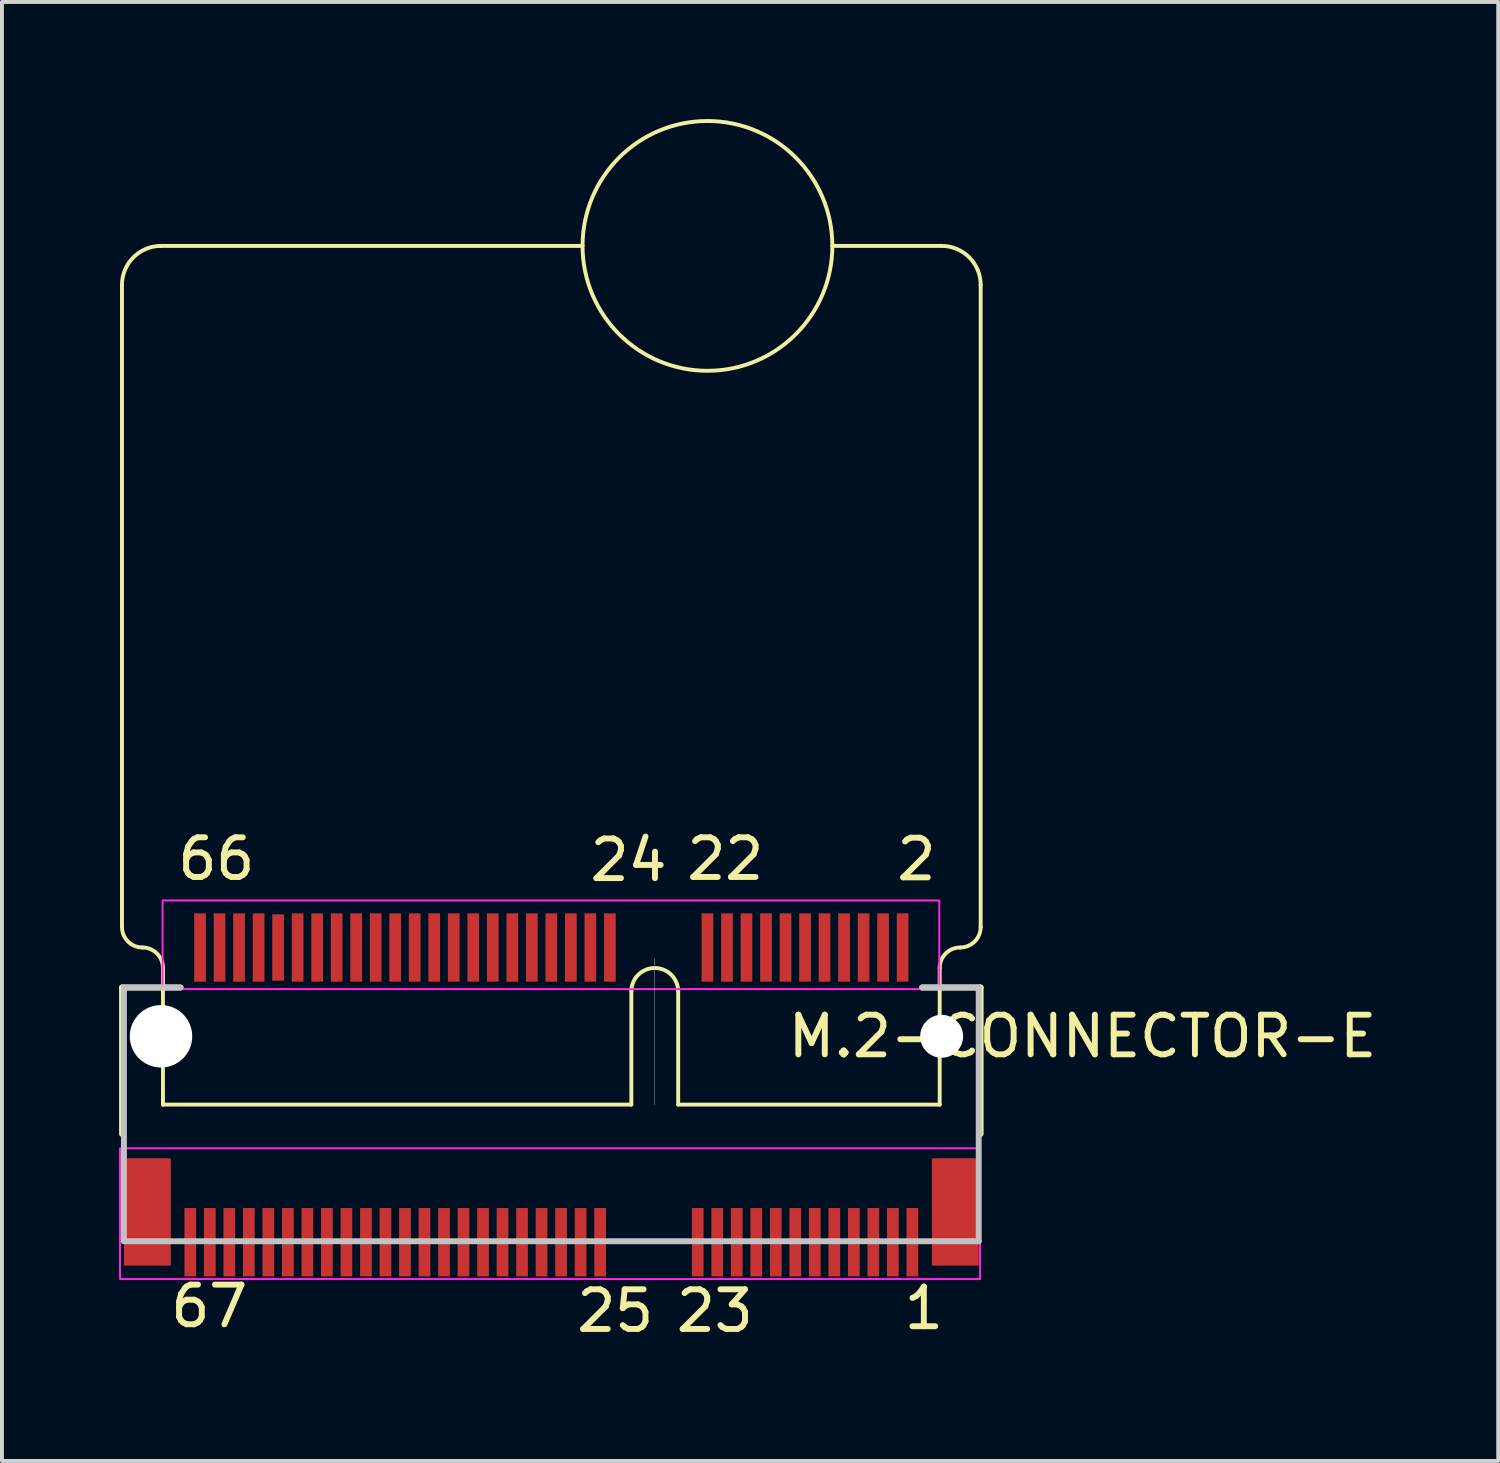
<source format=kicad_pcb>
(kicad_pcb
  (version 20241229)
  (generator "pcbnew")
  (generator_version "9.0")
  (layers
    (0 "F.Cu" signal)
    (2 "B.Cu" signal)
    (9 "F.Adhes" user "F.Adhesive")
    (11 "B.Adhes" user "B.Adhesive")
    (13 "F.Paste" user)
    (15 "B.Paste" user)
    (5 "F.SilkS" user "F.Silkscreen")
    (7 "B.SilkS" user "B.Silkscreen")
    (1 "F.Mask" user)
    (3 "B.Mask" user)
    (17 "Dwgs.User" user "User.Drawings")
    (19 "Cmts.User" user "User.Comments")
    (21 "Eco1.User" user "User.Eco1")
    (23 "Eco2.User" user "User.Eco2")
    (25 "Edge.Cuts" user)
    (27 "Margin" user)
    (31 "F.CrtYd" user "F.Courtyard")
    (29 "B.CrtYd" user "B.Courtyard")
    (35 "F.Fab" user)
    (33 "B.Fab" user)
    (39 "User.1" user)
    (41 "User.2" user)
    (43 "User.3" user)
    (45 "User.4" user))
  (footprint "M.2-CONNECTOR-E"
    (layer "F.Cu")
    (at 11.075 23.5)
    (property "Reference" "M.2-CONNECTOR-E" (at 13.61 0 180) (layer "F.SilkS") (effects (font (size 1.016 1.016) (thickness 0.152))))
    (attr smd)
    (fp_line (start -11 -19.25) (end -11 -2.8) (stroke (width 0.1) (type solid)) (layer "F.SilkS"))
    (fp_line (start -10.998 2.499) (end -10.998 -1.25) (stroke (width 0.152) (type solid)) (layer "F.SilkS"))
    (fp_line (start -9.95 1.75) (end -9.95 -1.75) (stroke (width 0.1) (type solid)) (layer "F.SilkS"))
    (fp_line (start -9.5 -1.25) (end -10.998 -1.25) (stroke (width 0.152) (type solid)) (layer "F.SilkS"))
    (fp_line (start 0.8 -20.25) (end -10 -20.25) (stroke (width 0.1) (type solid)) (layer "F.SilkS"))
    (fp_line (start 2.05 -1.15) (end 2.05 1.75) (stroke (width 0.1) (type solid)) (layer "F.SilkS"))
    (fp_line (start 2.05 1.75) (end -9.95 1.75) (stroke (width 0.1) (type solid)) (layer "F.SilkS"))
    (fp_line (start 3.25 -1.15) (end 3.25 1.75) (stroke (width 0.1) (type solid)) (layer "F.SilkS"))
    (fp_line (start 9.95 -1.75) (end 9.95 1.75) (stroke (width 0.1) (type solid)) (layer "F.SilkS"))
    (fp_line (start 9.95 1.75) (end 3.25 1.75) (stroke (width 0.1) (type solid)) (layer "F.SilkS"))
    (fp_line (start 10 -20.25) (end 7.2 -20.25) (stroke (width 0.1) (type solid)) (layer "F.SilkS"))
    (fp_line (start 10.998 -1.25) (end 9.5 -1.25) (stroke (width 0.152) (type solid)) (layer "F.SilkS"))
    (fp_line (start 10.998 2.499) (end 10.998 -1.25) (stroke (width 0.152) (type solid)) (layer "F.SilkS"))
    (fp_line (start 11 -19.25) (end 11 -2.8) (stroke (width 0.1) (type solid)) (layer "F.SilkS"))
    (fp_arc (start -11 -19.25) (mid -10.707105 -19.957105) (end -10 -20.25) (stroke (width 0.1) (type solid)) (layer "F.SilkS"))
    (fp_arc (start -10.475 -2.275) (mid -10.846231 -2.428769) (end -11 -2.8) (stroke (width 0.1) (type solid)) (layer "F.SilkS"))
    (fp_arc (start -10.475 -2.275) (mid -10.103769 -2.121231) (end -9.95 -1.75) (stroke (width 0.1) (type solid)) (layer "F.SilkS"))
    (fp_arc (start 2.05 -1.15) (mid 2.65 -1.75) (end 3.25 -1.15) (stroke (width 0.1) (type solid)) (layer "F.SilkS"))
    (fp_arc (start 9.95 -1.75) (mid 10.103769 -2.121231) (end 10.475 -2.275) (stroke (width 0.1) (type solid)) (layer "F.SilkS"))
    (fp_arc (start 10 -20.25) (mid 10.707107 -19.957107) (end 11 -19.25) (stroke (width 0.1) (type solid)) (layer "F.SilkS"))
    (fp_arc (start 11 -2.8) (mid 10.846231 -2.428769) (end 10.475 -2.275) (stroke (width 0.1) (type solid)) (layer "F.SilkS"))
    (fp_circle (center 4 -20.25) (end 7.2 -20.25) (stroke (width 0.1) (type default)) (fill no) (layer "F.SilkS"))
    (fp_line (start -9.398 4.399) (end -9.098 4.399) (stroke (width 0.066) (type solid)) (layer "F.Paste"))
    (fp_line (start -9.398 6.149) (end -9.398 4.399) (stroke (width 0.066) (type solid)) (layer "F.Paste"))
    (fp_line (start -9.398 6.149) (end -9.098 6.149) (stroke (width 0.066) (type solid)) (layer "F.Paste"))
    (fp_line (start -9.149 -3.15) (end -8.849 -3.15) (stroke (width 0.066) (type solid)) (layer "F.Paste"))
    (fp_line (start -9.149 -1.4) (end -9.149 -3.15) (stroke (width 0.066) (type solid)) (layer "F.Paste"))
    (fp_line (start -9.149 -1.4) (end -8.849 -1.4) (stroke (width 0.066) (type solid)) (layer "F.Paste"))
    (fp_line (start -9.098 6.149) (end -9.098 4.399) (stroke (width 0.066) (type solid)) (layer "F.Paste"))
    (fp_line (start -8.898 4.399) (end -8.598 4.399) (stroke (width 0.066) (type solid)) (layer "F.Paste"))
    (fp_line (start -8.898 6.149) (end -8.898 4.399) (stroke (width 0.066) (type solid)) (layer "F.Paste"))
    (fp_line (start -8.898 6.149) (end -8.598 6.149) (stroke (width 0.066) (type solid)) (layer "F.Paste"))
    (fp_line (start -8.849 -1.4) (end -8.849 -3.15) (stroke (width 0.066) (type solid)) (layer "F.Paste"))
    (fp_line (start -8.649 -3.15) (end -8.349 -3.15) (stroke (width 0.066) (type solid)) (layer "F.Paste"))
    (fp_line (start -8.649 -1.4) (end -8.649 -3.15) (stroke (width 0.066) (type solid)) (layer "F.Paste"))
    (fp_line (start -8.649 -1.4) (end -8.349 -1.4) (stroke (width 0.066) (type solid)) (layer "F.Paste"))
    (fp_line (start -8.598 6.149) (end -8.598 4.399) (stroke (width 0.066) (type solid)) (layer "F.Paste"))
    (fp_line (start -8.4 4.399) (end -8.098 4.399) (stroke (width 0.066) (type solid)) (layer "F.Paste"))
    (fp_line (start -8.4 6.149) (end -8.4 4.399) (stroke (width 0.066) (type solid)) (layer "F.Paste"))
    (fp_line (start -8.4 6.149) (end -8.098 6.149) (stroke (width 0.066) (type solid)) (layer "F.Paste"))
    (fp_line (start -8.349 -1.4) (end -8.349 -3.15) (stroke (width 0.066) (type solid)) (layer "F.Paste"))
    (fp_line (start -8.148 -3.15) (end -7.849 -3.15) (stroke (width 0.066) (type solid)) (layer "F.Paste"))
    (fp_line (start -8.148 -1.4) (end -8.148 -3.15) (stroke (width 0.066) (type solid)) (layer "F.Paste"))
    (fp_line (start -8.148 -1.4) (end -7.849 -1.4) (stroke (width 0.066) (type solid)) (layer "F.Paste"))
    (fp_line (start -8.098 6.149) (end -8.098 4.399) (stroke (width 0.066) (type solid)) (layer "F.Paste"))
    (fp_line (start -7.899 4.399) (end -7.6 4.399) (stroke (width 0.066) (type solid)) (layer "F.Paste"))
    (fp_line (start -7.899 6.149) (end -7.899 4.399) (stroke (width 0.066) (type solid)) (layer "F.Paste"))
    (fp_line (start -7.899 6.149) (end -7.6 6.149) (stroke (width 0.066) (type solid)) (layer "F.Paste"))
    (fp_line (start -7.849 -1.4) (end -7.849 -3.15) (stroke (width 0.066) (type solid)) (layer "F.Paste"))
    (fp_line (start -7.648 -3.15) (end -7.348 -3.15) (stroke (width 0.066) (type solid)) (layer "F.Paste"))
    (fp_line (start -7.648 -1.4) (end -7.648 -3.15) (stroke (width 0.066) (type solid)) (layer "F.Paste"))
    (fp_line (start -7.648 -1.4) (end -7.348 -1.4) (stroke (width 0.066) (type solid)) (layer "F.Paste"))
    (fp_line (start -7.6 6.149) (end -7.6 4.399) (stroke (width 0.066) (type solid)) (layer "F.Paste"))
    (fp_line (start -7.399 4.399) (end -7.099 4.399) (stroke (width 0.066) (type solid)) (layer "F.Paste"))
    (fp_line (start -7.399 6.149) (end -7.399 4.399) (stroke (width 0.066) (type solid)) (layer "F.Paste"))
    (fp_line (start -7.399 6.149) (end -7.099 6.149) (stroke (width 0.066) (type solid)) (layer "F.Paste"))
    (fp_line (start -7.348 -1.4) (end -7.348 -3.15) (stroke (width 0.066) (type solid)) (layer "F.Paste"))
    (fp_line (start -7.148 -3.15) (end -6.848 -3.15) (stroke (width 0.066) (type solid)) (layer "F.Paste"))
    (fp_line (start -7.148 -1.4) (end -7.148 -3.15) (stroke (width 0.066) (type solid)) (layer "F.Paste"))
    (fp_line (start -7.148 -1.4) (end -6.848 -1.4) (stroke (width 0.066) (type solid)) (layer "F.Paste"))
    (fp_line (start -7.099 6.149) (end -7.099 4.399) (stroke (width 0.066) (type solid)) (layer "F.Paste"))
    (fp_line (start -6.899 4.399) (end -6.599 4.399) (stroke (width 0.066) (type solid)) (layer "F.Paste"))
    (fp_line (start -6.899 6.149) (end -6.899 4.399) (stroke (width 0.066) (type solid)) (layer "F.Paste"))
    (fp_line (start -6.899 6.149) (end -6.599 6.149) (stroke (width 0.066) (type solid)) (layer "F.Paste"))
    (fp_line (start -6.848 -1.4) (end -6.848 -3.15) (stroke (width 0.066) (type solid)) (layer "F.Paste"))
    (fp_line (start -6.65 -3.15) (end -6.35 -3.15) (stroke (width 0.066) (type solid)) (layer "F.Paste"))
    (fp_line (start -6.65 -1.4) (end -6.65 -3.15) (stroke (width 0.066) (type solid)) (layer "F.Paste"))
    (fp_line (start -6.65 -1.4) (end -6.35 -1.4) (stroke (width 0.066) (type solid)) (layer "F.Paste"))
    (fp_line (start -6.599 6.149) (end -6.599 4.399) (stroke (width 0.066) (type solid)) (layer "F.Paste"))
    (fp_line (start -6.398 4.399) (end -6.099 4.399) (stroke (width 0.066) (type solid)) (layer "F.Paste"))
    (fp_line (start -6.398 6.149) (end -6.398 4.399) (stroke (width 0.066) (type solid)) (layer "F.Paste"))
    (fp_line (start -6.398 6.149) (end -6.099 6.149) (stroke (width 0.066) (type solid)) (layer "F.Paste"))
    (fp_line (start -6.35 -1.4) (end -6.35 -3.15) (stroke (width 0.066) (type solid)) (layer "F.Paste"))
    (fp_line (start -6.149 -3.15) (end -5.85 -3.15) (stroke (width 0.066) (type solid)) (layer "F.Paste"))
    (fp_line (start -6.149 -1.4) (end -6.149 -3.15) (stroke (width 0.066) (type solid)) (layer "F.Paste"))
    (fp_line (start -6.149 -1.4) (end -5.85 -1.4) (stroke (width 0.066) (type solid)) (layer "F.Paste"))
    (fp_line (start -6.099 6.149) (end -6.099 4.399) (stroke (width 0.066) (type solid)) (layer "F.Paste"))
    (fp_line (start -5.898 4.399) (end -5.598 4.399) (stroke (width 0.066) (type solid)) (layer "F.Paste"))
    (fp_line (start -5.898 6.149) (end -5.898 4.399) (stroke (width 0.066) (type solid)) (layer "F.Paste"))
    (fp_line (start -5.898 6.149) (end -5.598 6.149) (stroke (width 0.066) (type solid)) (layer "F.Paste"))
    (fp_line (start -5.85 -1.4) (end -5.85 -3.15) (stroke (width 0.066) (type solid)) (layer "F.Paste"))
    (fp_line (start -5.649 -3.15) (end -5.349 -3.15) (stroke (width 0.066) (type solid)) (layer "F.Paste"))
    (fp_line (start -5.649 -1.4) (end -5.649 -3.15) (stroke (width 0.066) (type solid)) (layer "F.Paste"))
    (fp_line (start -5.649 -1.4) (end -5.349 -1.4) (stroke (width 0.066) (type solid)) (layer "F.Paste"))
    (fp_line (start -5.598 6.149) (end -5.598 4.399) (stroke (width 0.066) (type solid)) (layer "F.Paste"))
    (fp_line (start -5.397 4.399) (end -5.098 4.399) (stroke (width 0.066) (type solid)) (layer "F.Paste"))
    (fp_line (start -5.397 6.149) (end -5.397 4.399) (stroke (width 0.066) (type solid)) (layer "F.Paste"))
    (fp_line (start -5.397 6.149) (end -5.098 6.149) (stroke (width 0.066) (type solid)) (layer "F.Paste"))
    (fp_line (start -5.349 -1.4) (end -5.349 -3.15) (stroke (width 0.066) (type solid)) (layer "F.Paste"))
    (fp_line (start -5.149 -3.15) (end -4.849 -3.15) (stroke (width 0.066) (type solid)) (layer "F.Paste"))
    (fp_line (start -5.149 -1.4) (end -5.149 -3.15) (stroke (width 0.066) (type solid)) (layer "F.Paste"))
    (fp_line (start -5.149 -1.4) (end -4.849 -1.4) (stroke (width 0.066) (type solid)) (layer "F.Paste"))
    (fp_line (start -5.098 6.149) (end -5.098 4.399) (stroke (width 0.066) (type solid)) (layer "F.Paste"))
    (fp_line (start -4.9 4.399) (end -4.6 4.399) (stroke (width 0.066) (type solid)) (layer "F.Paste"))
    (fp_line (start -4.9 6.149) (end -4.9 4.399) (stroke (width 0.066) (type solid)) (layer "F.Paste"))
    (fp_line (start -4.9 6.149) (end -4.6 6.149) (stroke (width 0.066) (type solid)) (layer "F.Paste"))
    (fp_line (start -4.849 -1.4) (end -4.849 -3.15) (stroke (width 0.066) (type solid)) (layer "F.Paste"))
    (fp_line (start -4.648 -3.15) (end -4.348 -3.15) (stroke (width 0.066) (type solid)) (layer "F.Paste"))
    (fp_line (start -4.648 -1.4) (end -4.648 -3.15) (stroke (width 0.066) (type solid)) (layer "F.Paste"))
    (fp_line (start -4.648 -1.4) (end -4.348 -1.4) (stroke (width 0.066) (type solid)) (layer "F.Paste"))
    (fp_line (start -4.6 6.149) (end -4.6 4.399) (stroke (width 0.066) (type solid)) (layer "F.Paste"))
    (fp_line (start -4.399 4.399) (end -4.1 4.399) (stroke (width 0.066) (type solid)) (layer "F.Paste"))
    (fp_line (start -4.399 6.149) (end -4.399 4.399) (stroke (width 0.066) (type solid)) (layer "F.Paste"))
    (fp_line (start -4.399 6.149) (end -4.1 6.149) (stroke (width 0.066) (type solid)) (layer "F.Paste"))
    (fp_line (start -4.348 -1.4) (end -4.348 -3.15) (stroke (width 0.066) (type solid)) (layer "F.Paste"))
    (fp_line (start -4.148 -3.15) (end -3.848 -3.15) (stroke (width 0.066) (type solid)) (layer "F.Paste"))
    (fp_line (start -4.148 -1.4) (end -4.148 -3.15) (stroke (width 0.066) (type solid)) (layer "F.Paste"))
    (fp_line (start -4.148 -1.4) (end -3.848 -1.4) (stroke (width 0.066) (type solid)) (layer "F.Paste"))
    (fp_line (start -4.1 6.149) (end -4.1 4.399) (stroke (width 0.066) (type solid)) (layer "F.Paste"))
    (fp_line (start -3.899 4.399) (end -3.599 4.399) (stroke (width 0.066) (type solid)) (layer "F.Paste"))
    (fp_line (start -3.899 6.149) (end -3.899 4.399) (stroke (width 0.066) (type solid)) (layer "F.Paste"))
    (fp_line (start -3.899 6.149) (end -3.599 6.149) (stroke (width 0.066) (type solid)) (layer "F.Paste"))
    (fp_line (start -3.848 -1.4) (end -3.848 -3.15) (stroke (width 0.066) (type solid)) (layer "F.Paste"))
    (fp_line (start -3.65 -3.15) (end -3.348 -3.15) (stroke (width 0.066) (type solid)) (layer "F.Paste"))
    (fp_line (start -3.65 -1.4) (end -3.65 -3.15) (stroke (width 0.066) (type solid)) (layer "F.Paste"))
    (fp_line (start -3.65 -1.4) (end -3.348 -1.4) (stroke (width 0.066) (type solid)) (layer "F.Paste"))
    (fp_line (start -3.599 6.149) (end -3.599 4.399) (stroke (width 0.066) (type solid)) (layer "F.Paste"))
    (fp_line (start -3.399 4.399) (end -3.099 4.399) (stroke (width 0.066) (type solid)) (layer "F.Paste"))
    (fp_line (start -3.399 6.149) (end -3.399 4.399) (stroke (width 0.066) (type solid)) (layer "F.Paste"))
    (fp_line (start -3.399 6.149) (end -3.099 6.149) (stroke (width 0.066) (type solid)) (layer "F.Paste"))
    (fp_line (start -3.348 -1.4) (end -3.348 -3.15) (stroke (width 0.066) (type solid)) (layer "F.Paste"))
    (fp_line (start -3.15 -3.15) (end -2.85 -3.15) (stroke (width 0.066) (type solid)) (layer "F.Paste"))
    (fp_line (start -3.15 -1.4) (end -3.15 -3.15) (stroke (width 0.066) (type solid)) (layer "F.Paste"))
    (fp_line (start -3.15 -1.4) (end -2.85 -1.4) (stroke (width 0.066) (type solid)) (layer "F.Paste"))
    (fp_line (start -3.099 6.149) (end -3.099 4.399) (stroke (width 0.066) (type solid)) (layer "F.Paste"))
    (fp_line (start -2.898 4.399) (end -2.598 4.399) (stroke (width 0.066) (type solid)) (layer "F.Paste"))
    (fp_line (start -2.898 6.149) (end -2.898 4.399) (stroke (width 0.066) (type solid)) (layer "F.Paste"))
    (fp_line (start -2.898 6.149) (end -2.598 6.149) (stroke (width 0.066) (type solid)) (layer "F.Paste"))
    (fp_line (start -2.85 -1.4) (end -2.85 -3.15) (stroke (width 0.066) (type solid)) (layer "F.Paste"))
    (fp_line (start -2.649 -3.15) (end -2.349 -3.15) (stroke (width 0.066) (type solid)) (layer "F.Paste"))
    (fp_line (start -2.649 -1.4) (end -2.649 -3.15) (stroke (width 0.066) (type solid)) (layer "F.Paste"))
    (fp_line (start -2.649 -1.4) (end -2.349 -1.4) (stroke (width 0.066) (type solid)) (layer "F.Paste"))
    (fp_line (start -2.598 6.149) (end -2.598 4.399) (stroke (width 0.066) (type solid)) (layer "F.Paste"))
    (fp_line (start -2.398 4.399) (end -2.098 4.399) (stroke (width 0.066) (type solid)) (layer "F.Paste"))
    (fp_line (start -2.398 6.149) (end -2.398 4.399) (stroke (width 0.066) (type solid)) (layer "F.Paste"))
    (fp_line (start -2.398 6.149) (end -2.098 6.149) (stroke (width 0.066) (type solid)) (layer "F.Paste"))
    (fp_line (start -2.349 -1.4) (end -2.349 -3.15) (stroke (width 0.066) (type solid)) (layer "F.Paste"))
    (fp_line (start -2.149 -3.15) (end -1.849 -3.15) (stroke (width 0.066) (type solid)) (layer "F.Paste"))
    (fp_line (start -2.149 -1.4) (end -2.149 -3.15) (stroke (width 0.066) (type solid)) (layer "F.Paste"))
    (fp_line (start -2.149 -1.4) (end -1.849 -1.4) (stroke (width 0.066) (type solid)) (layer "F.Paste"))
    (fp_line (start -2.098 6.149) (end -2.098 4.399) (stroke (width 0.066) (type solid)) (layer "F.Paste"))
    (fp_line (start -1.9 4.399) (end -1.598 4.399) (stroke (width 0.066) (type solid)) (layer "F.Paste"))
    (fp_line (start -1.9 6.149) (end -1.9 4.399) (stroke (width 0.066) (type solid)) (layer "F.Paste"))
    (fp_line (start -1.9 6.149) (end -1.598 6.149) (stroke (width 0.066) (type solid)) (layer "F.Paste"))
    (fp_line (start -1.849 -1.4) (end -1.849 -3.15) (stroke (width 0.066) (type solid)) (layer "F.Paste"))
    (fp_line (start -1.648 -3.15) (end -1.349 -3.15) (stroke (width 0.066) (type solid)) (layer "F.Paste"))
    (fp_line (start -1.648 -1.4) (end -1.648 -3.15) (stroke (width 0.066) (type solid)) (layer "F.Paste"))
    (fp_line (start -1.648 -1.4) (end -1.349 -1.4) (stroke (width 0.066) (type solid)) (layer "F.Paste"))
    (fp_line (start -1.598 6.149) (end -1.598 4.399) (stroke (width 0.066) (type solid)) (layer "F.Paste"))
    (fp_line (start -1.4 4.399) (end -1.1 4.399) (stroke (width 0.066) (type solid)) (layer "F.Paste"))
    (fp_line (start -1.4 6.149) (end -1.4 4.399) (stroke (width 0.066) (type solid)) (layer "F.Paste"))
    (fp_line (start -1.4 6.149) (end -1.1 6.149) (stroke (width 0.066) (type solid)) (layer "F.Paste"))
    (fp_line (start -1.349 -1.4) (end -1.349 -3.15) (stroke (width 0.066) (type solid)) (layer "F.Paste"))
    (fp_line (start -1.148 -3.15) (end -0.848 -3.15) (stroke (width 0.066) (type solid)) (layer "F.Paste"))
    (fp_line (start -1.148 -1.4) (end -1.148 -3.15) (stroke (width 0.066) (type solid)) (layer "F.Paste"))
    (fp_line (start -1.148 -1.4) (end -0.848 -1.4) (stroke (width 0.066) (type solid)) (layer "F.Paste"))
    (fp_line (start -1.1 6.149) (end -1.1 4.399) (stroke (width 0.066) (type solid)) (layer "F.Paste"))
    (fp_line (start -0.899 4.399) (end -0.599 4.399) (stroke (width 0.066) (type solid)) (layer "F.Paste"))
    (fp_line (start -0.899 6.149) (end -0.899 4.399) (stroke (width 0.066) (type solid)) (layer "F.Paste"))
    (fp_line (start -0.899 6.149) (end -0.599 6.149) (stroke (width 0.066) (type solid)) (layer "F.Paste"))
    (fp_line (start -0.848 -1.4) (end -0.848 -3.15) (stroke (width 0.066) (type solid)) (layer "F.Paste"))
    (fp_line (start -0.648 -3.15) (end -0.348 -3.15) (stroke (width 0.066) (type solid)) (layer "F.Paste"))
    (fp_line (start -0.648 -1.4) (end -0.648 -3.15) (stroke (width 0.066) (type solid)) (layer "F.Paste"))
    (fp_line (start -0.648 -1.4) (end -0.348 -1.4) (stroke (width 0.066) (type solid)) (layer "F.Paste"))
    (fp_line (start -0.599 6.149) (end -0.599 4.399) (stroke (width 0.066) (type solid)) (layer "F.Paste"))
    (fp_line (start -0.399 4.399) (end -0.099 4.399) (stroke (width 0.066) (type solid)) (layer "F.Paste"))
    (fp_line (start -0.399 6.149) (end -0.399 4.399) (stroke (width 0.066) (type solid)) (layer "F.Paste"))
    (fp_line (start -0.399 6.149) (end -0.099 6.149) (stroke (width 0.066) (type solid)) (layer "F.Paste"))
    (fp_line (start -0.348 -1.4) (end -0.348 -3.15) (stroke (width 0.066) (type solid)) (layer "F.Paste"))
    (fp_line (start -0.15 -3.15) (end 0.15 -3.15) (stroke (width 0.066) (type solid)) (layer "F.Paste"))
    (fp_line (start -0.15 -1.4) (end -0.15 -3.15) (stroke (width 0.066) (type solid)) (layer "F.Paste"))
    (fp_line (start -0.15 -1.4) (end 0.15 -1.4) (stroke (width 0.066) (type solid)) (layer "F.Paste"))
    (fp_line (start -0.099 6.149) (end -0.099 4.399) (stroke (width 0.066) (type solid)) (layer "F.Paste"))
    (fp_line (start 0.099 4.399) (end 0.399 4.399) (stroke (width 0.066) (type solid)) (layer "F.Paste"))
    (fp_line (start 0.099 6.149) (end 0.099 4.399) (stroke (width 0.066) (type solid)) (layer "F.Paste"))
    (fp_line (start 0.099 6.149) (end 0.399 6.149) (stroke (width 0.066) (type solid)) (layer "F.Paste"))
    (fp_line (start 0.15 -1.4) (end 0.15 -3.15) (stroke (width 0.066) (type solid)) (layer "F.Paste"))
    (fp_line (start 0.348 -3.15) (end 0.648 -3.15) (stroke (width 0.066) (type solid)) (layer "F.Paste"))
    (fp_line (start 0.348 -1.4) (end 0.348 -3.15) (stroke (width 0.066) (type solid)) (layer "F.Paste"))
    (fp_line (start 0.348 -1.4) (end 0.648 -1.4) (stroke (width 0.066) (type solid)) (layer "F.Paste"))
    (fp_line (start 0.399 6.149) (end 0.399 4.399) (stroke (width 0.066) (type solid)) (layer "F.Paste"))
    (fp_line (start 0.599 4.399) (end 0.899 4.399) (stroke (width 0.066) (type solid)) (layer "F.Paste"))
    (fp_line (start 0.599 6.149) (end 0.599 4.399) (stroke (width 0.066) (type solid)) (layer "F.Paste"))
    (fp_line (start 0.599 6.149) (end 0.899 6.149) (stroke (width 0.066) (type solid)) (layer "F.Paste"))
    (fp_line (start 0.648 -1.4) (end 0.648 -3.15) (stroke (width 0.066) (type solid)) (layer "F.Paste"))
    (fp_line (start 0.848 -3.15) (end 1.148 -3.15) (stroke (width 0.066) (type solid)) (layer "F.Paste"))
    (fp_line (start 0.848 -1.4) (end 0.848 -3.15) (stroke (width 0.066) (type solid)) (layer "F.Paste"))
    (fp_line (start 0.848 -1.4) (end 1.148 -1.4) (stroke (width 0.066) (type solid)) (layer "F.Paste"))
    (fp_line (start 0.899 6.149) (end 0.899 4.399) (stroke (width 0.066) (type solid)) (layer "F.Paste"))
    (fp_line (start 1.1 4.399) (end 1.4 4.399) (stroke (width 0.066) (type solid)) (layer "F.Paste"))
    (fp_line (start 1.1 6.149) (end 1.1 4.399) (stroke (width 0.066) (type solid)) (layer "F.Paste"))
    (fp_line (start 1.1 6.149) (end 1.4 6.149) (stroke (width 0.066) (type solid)) (layer "F.Paste"))
    (fp_line (start 1.148 -1.4) (end 1.148 -3.15) (stroke (width 0.066) (type solid)) (layer "F.Paste"))
    (fp_line (start 1.349 -3.15) (end 1.648 -3.15) (stroke (width 0.066) (type solid)) (layer "F.Paste"))
    (fp_line (start 1.349 -1.4) (end 1.349 -3.15) (stroke (width 0.066) (type solid)) (layer "F.Paste"))
    (fp_line (start 1.349 -1.4) (end 1.648 -1.4) (stroke (width 0.066) (type solid)) (layer "F.Paste"))
    (fp_line (start 1.4 6.149) (end 1.4 4.399) (stroke (width 0.066) (type solid)) (layer "F.Paste"))
    (fp_line (start 1.648 -1.4) (end 1.648 -3.15) (stroke (width 0.066) (type solid)) (layer "F.Paste"))
    (fp_line (start 3.599 4.399) (end 3.899 4.399) (stroke (width 0.066) (type solid)) (layer "F.Paste"))
    (fp_line (start 3.599 6.149) (end 3.599 4.399) (stroke (width 0.066) (type solid)) (layer "F.Paste"))
    (fp_line (start 3.599 6.149) (end 3.899 6.149) (stroke (width 0.066) (type solid)) (layer "F.Paste"))
    (fp_line (start 3.848 -3.15) (end 4.148 -3.15) (stroke (width 0.066) (type solid)) (layer "F.Paste"))
    (fp_line (start 3.848 -1.4) (end 3.848 -3.15) (stroke (width 0.066) (type solid)) (layer "F.Paste"))
    (fp_line (start 3.848 -1.4) (end 4.148 -1.4) (stroke (width 0.066) (type solid)) (layer "F.Paste"))
    (fp_line (start 3.899 6.149) (end 3.899 4.399) (stroke (width 0.066) (type solid)) (layer "F.Paste"))
    (fp_line (start 4.1 4.399) (end 4.399 4.399) (stroke (width 0.066) (type solid)) (layer "F.Paste"))
    (fp_line (start 4.1 6.149) (end 4.1 4.399) (stroke (width 0.066) (type solid)) (layer "F.Paste"))
    (fp_line (start 4.1 6.149) (end 4.399 6.149) (stroke (width 0.066) (type solid)) (layer "F.Paste"))
    (fp_line (start 4.148 -1.4) (end 4.148 -3.15) (stroke (width 0.066) (type solid)) (layer "F.Paste"))
    (fp_line (start 4.348 -3.15) (end 4.648 -3.15) (stroke (width 0.066) (type solid)) (layer "F.Paste"))
    (fp_line (start 4.348 -1.4) (end 4.348 -3.15) (stroke (width 0.066) (type solid)) (layer "F.Paste"))
    (fp_line (start 4.348 -1.4) (end 4.648 -1.4) (stroke (width 0.066) (type solid)) (layer "F.Paste"))
    (fp_line (start 4.399 6.149) (end 4.399 4.399) (stroke (width 0.066) (type solid)) (layer "F.Paste"))
    (fp_line (start 4.6 4.399) (end 4.9 4.399) (stroke (width 0.066) (type solid)) (layer "F.Paste"))
    (fp_line (start 4.6 6.149) (end 4.6 4.399) (stroke (width 0.066) (type solid)) (layer "F.Paste"))
    (fp_line (start 4.6 6.149) (end 4.9 6.149) (stroke (width 0.066) (type solid)) (layer "F.Paste"))
    (fp_line (start 4.648 -1.4) (end 4.648 -3.15) (stroke (width 0.066) (type solid)) (layer "F.Paste"))
    (fp_line (start 4.849 -3.15) (end 5.149 -3.15) (stroke (width 0.066) (type solid)) (layer "F.Paste"))
    (fp_line (start 4.849 -1.4) (end 4.849 -3.15) (stroke (width 0.066) (type solid)) (layer "F.Paste"))
    (fp_line (start 4.849 -1.4) (end 5.149 -1.4) (stroke (width 0.066) (type solid)) (layer "F.Paste"))
    (fp_line (start 4.9 6.149) (end 4.9 4.399) (stroke (width 0.066) (type solid)) (layer "F.Paste"))
    (fp_line (start 5.098 4.399) (end 5.397 4.399) (stroke (width 0.066) (type solid)) (layer "F.Paste"))
    (fp_line (start 5.098 6.149) (end 5.098 4.399) (stroke (width 0.066) (type solid)) (layer "F.Paste"))
    (fp_line (start 5.098 6.149) (end 5.397 6.149) (stroke (width 0.066) (type solid)) (layer "F.Paste"))
    (fp_line (start 5.149 -1.4) (end 5.149 -3.15) (stroke (width 0.066) (type solid)) (layer "F.Paste"))
    (fp_line (start 5.349 -3.15) (end 5.649 -3.15) (stroke (width 0.066) (type solid)) (layer "F.Paste"))
    (fp_line (start 5.349 -1.4) (end 5.349 -3.15) (stroke (width 0.066) (type solid)) (layer "F.Paste"))
    (fp_line (start 5.349 -1.4) (end 5.649 -1.4) (stroke (width 0.066) (type solid)) (layer "F.Paste"))
    (fp_line (start 5.397 6.149) (end 5.397 4.399) (stroke (width 0.066) (type solid)) (layer "F.Paste"))
    (fp_line (start 5.598 4.399) (end 5.898 4.399) (stroke (width 0.066) (type solid)) (layer "F.Paste"))
    (fp_line (start 5.598 6.149) (end 5.598 4.399) (stroke (width 0.066) (type solid)) (layer "F.Paste"))
    (fp_line (start 5.598 6.149) (end 5.898 6.149) (stroke (width 0.066) (type solid)) (layer "F.Paste"))
    (fp_line (start 5.649 -1.4) (end 5.649 -3.15) (stroke (width 0.066) (type solid)) (layer "F.Paste"))
    (fp_line (start 5.85 -3.15) (end 6.149 -3.15) (stroke (width 0.066) (type solid)) (layer "F.Paste"))
    (fp_line (start 5.85 -1.4) (end 5.85 -3.15) (stroke (width 0.066) (type solid)) (layer "F.Paste"))
    (fp_line (start 5.85 -1.4) (end 6.149 -1.4) (stroke (width 0.066) (type solid)) (layer "F.Paste"))
    (fp_line (start 5.898 6.149) (end 5.898 4.399) (stroke (width 0.066) (type solid)) (layer "F.Paste"))
    (fp_line (start 6.099 4.399) (end 6.398 4.399) (stroke (width 0.066) (type solid)) (layer "F.Paste"))
    (fp_line (start 6.099 6.149) (end 6.099 4.399) (stroke (width 0.066) (type solid)) (layer "F.Paste"))
    (fp_line (start 6.099 6.149) (end 6.398 6.149) (stroke (width 0.066) (type solid)) (layer "F.Paste"))
    (fp_line (start 6.149 -1.4) (end 6.149 -3.15) (stroke (width 0.066) (type solid)) (layer "F.Paste"))
    (fp_line (start 6.35 -3.15) (end 6.65 -3.15) (stroke (width 0.066) (type solid)) (layer "F.Paste"))
    (fp_line (start 6.35 -1.4) (end 6.35 -3.15) (stroke (width 0.066) (type solid)) (layer "F.Paste"))
    (fp_line (start 6.35 -1.4) (end 6.65 -1.4) (stroke (width 0.066) (type solid)) (layer "F.Paste"))
    (fp_line (start 6.398 6.149) (end 6.398 4.399) (stroke (width 0.066) (type solid)) (layer "F.Paste"))
    (fp_line (start 6.599 4.399) (end 6.899 4.399) (stroke (width 0.066) (type solid)) (layer "F.Paste"))
    (fp_line (start 6.599 6.149) (end 6.599 4.399) (stroke (width 0.066) (type solid)) (layer "F.Paste"))
    (fp_line (start 6.599 6.149) (end 6.899 6.149) (stroke (width 0.066) (type solid)) (layer "F.Paste"))
    (fp_line (start 6.65 -1.4) (end 6.65 -3.15) (stroke (width 0.066) (type solid)) (layer "F.Paste"))
    (fp_line (start 6.848 -3.15) (end 7.148 -3.15) (stroke (width 0.066) (type solid)) (layer "F.Paste"))
    (fp_line (start 6.848 -1.4) (end 6.848 -3.15) (stroke (width 0.066) (type solid)) (layer "F.Paste"))
    (fp_line (start 6.848 -1.4) (end 7.148 -1.4) (stroke (width 0.066) (type solid)) (layer "F.Paste"))
    (fp_line (start 6.899 6.149) (end 6.899 4.399) (stroke (width 0.066) (type solid)) (layer "F.Paste"))
    (fp_line (start 7.099 4.399) (end 7.399 4.399) (stroke (width 0.066) (type solid)) (layer "F.Paste"))
    (fp_line (start 7.099 6.149) (end 7.099 4.399) (stroke (width 0.066) (type solid)) (layer "F.Paste"))
    (fp_line (start 7.099 6.149) (end 7.399 6.149) (stroke (width 0.066) (type solid)) (layer "F.Paste"))
    (fp_line (start 7.148 -1.4) (end 7.148 -3.15) (stroke (width 0.066) (type solid)) (layer "F.Paste"))
    (fp_line (start 7.348 -3.15) (end 7.648 -3.15) (stroke (width 0.066) (type solid)) (layer "F.Paste"))
    (fp_line (start 7.348 -1.4) (end 7.348 -3.15) (stroke (width 0.066) (type solid)) (layer "F.Paste"))
    (fp_line (start 7.348 -1.4) (end 7.648 -1.4) (stroke (width 0.066) (type solid)) (layer "F.Paste"))
    (fp_line (start 7.399 6.149) (end 7.399 4.399) (stroke (width 0.066) (type solid)) (layer "F.Paste"))
    (fp_line (start 7.6 4.399) (end 7.899 4.399) (stroke (width 0.066) (type solid)) (layer "F.Paste"))
    (fp_line (start 7.6 6.149) (end 7.6 4.399) (stroke (width 0.066) (type solid)) (layer "F.Paste"))
    (fp_line (start 7.6 6.149) (end 7.899 6.149) (stroke (width 0.066) (type solid)) (layer "F.Paste"))
    (fp_line (start 7.648 -1.4) (end 7.648 -3.15) (stroke (width 0.066) (type solid)) (layer "F.Paste"))
    (fp_line (start 7.849 -3.15) (end 8.148 -3.15) (stroke (width 0.066) (type solid)) (layer "F.Paste"))
    (fp_line (start 7.849 -1.4) (end 7.849 -3.15) (stroke (width 0.066) (type solid)) (layer "F.Paste"))
    (fp_line (start 7.849 -1.4) (end 8.148 -1.4) (stroke (width 0.066) (type solid)) (layer "F.Paste"))
    (fp_line (start 7.899 6.149) (end 7.899 4.399) (stroke (width 0.066) (type solid)) (layer "F.Paste"))
    (fp_line (start 8.098 4.399) (end 8.4 4.399) (stroke (width 0.066) (type solid)) (layer "F.Paste"))
    (fp_line (start 8.098 6.149) (end 8.098 4.399) (stroke (width 0.066) (type solid)) (layer "F.Paste"))
    (fp_line (start 8.098 6.149) (end 8.4 6.149) (stroke (width 0.066) (type solid)) (layer "F.Paste"))
    (fp_line (start 8.148 -1.4) (end 8.148 -3.15) (stroke (width 0.066) (type solid)) (layer "F.Paste"))
    (fp_line (start 8.349 -3.15) (end 8.649 -3.15) (stroke (width 0.066) (type solid)) (layer "F.Paste"))
    (fp_line (start 8.349 -1.4) (end 8.349 -3.15) (stroke (width 0.066) (type solid)) (layer "F.Paste"))
    (fp_line (start 8.349 -1.4) (end 8.649 -1.4) (stroke (width 0.066) (type solid)) (layer "F.Paste"))
    (fp_line (start 8.4 6.149) (end 8.4 4.399) (stroke (width 0.066) (type solid)) (layer "F.Paste"))
    (fp_line (start 8.598 4.399) (end 8.898 4.399) (stroke (width 0.066) (type solid)) (layer "F.Paste"))
    (fp_line (start 8.598 6.149) (end 8.598 4.399) (stroke (width 0.066) (type solid)) (layer "F.Paste"))
    (fp_line (start 8.598 6.149) (end 8.898 6.149) (stroke (width 0.066) (type solid)) (layer "F.Paste"))
    (fp_line (start 8.649 -1.4) (end 8.649 -3.15) (stroke (width 0.066) (type solid)) (layer "F.Paste"))
    (fp_line (start 8.849 -3.15) (end 9.149 -3.15) (stroke (width 0.066) (type solid)) (layer "F.Paste"))
    (fp_line (start 8.849 -1.4) (end 8.849 -3.15) (stroke (width 0.066) (type solid)) (layer "F.Paste"))
    (fp_line (start 8.849 -1.4) (end 9.149 -1.4) (stroke (width 0.066) (type solid)) (layer "F.Paste"))
    (fp_line (start 8.898 6.149) (end 8.898 4.399) (stroke (width 0.066) (type solid)) (layer "F.Paste"))
    (fp_line (start 9.098 4.399) (end 9.398 4.399) (stroke (width 0.066) (type solid)) (layer "F.Paste"))
    (fp_line (start 9.098 6.149) (end 9.098 4.399) (stroke (width 0.066) (type solid)) (layer "F.Paste"))
    (fp_line (start 9.098 6.149) (end 9.398 6.149) (stroke (width 0.066) (type solid)) (layer "F.Paste"))
    (fp_line (start 9.149 -1.4) (end 9.149 -3.15) (stroke (width 0.066) (type solid)) (layer "F.Paste"))
    (fp_line (start 9.398 6.149) (end 9.398 4.399) (stroke (width 0.066) (type solid)) (layer "F.Paste"))
    (fp_line (start -10.95 -1.25) (end -10.95 5.248) (stroke (width 0.152) (type solid)) (layer "Dwgs.User"))
    (fp_line (start -10.95 5.25) (end 10.95 5.25) (stroke (width 0.152) (type solid)) (layer "Dwgs.User"))
    (fp_line (start -9.5 -1.25) (end -10.95 -1.25) (stroke (width 0.152) (type solid)) (layer "Dwgs.User"))
    (fp_line (start 2.65 -2) (end 2.65 1.75) (stroke (width 0.01) (type default)) (layer "Dwgs.User"))
    (fp_line (start 10.95 -1.25) (end 9.5 -1.25) (stroke (width 0.152) (type solid)) (layer "Dwgs.User"))
    (fp_line (start 10.95 5.248) (end 10.95 -1.25) (stroke (width 0.152) (type solid)) (layer "Dwgs.User"))
    (fp_rect (start -11.05 2.87) (end 10.985 6.22) (stroke (width 0.05) (type default)) (fill no) (layer "F.CrtYd"))
    (fp_rect (start 9.94 -3.48) (end -9.96 -1.21) (stroke (width 0.05) (type default)) (fill no) (layer "F.CrtYd"))
    (fp_text user "22" (at 3.39 -3.95 0) (unlocked yes) (layer "F.SilkS") (effects (font (size 1.016 1.016) (thickness 0.152)) (justify left bottom)))
    (fp_text user "66" (at -9.65 -3.95 0) (unlocked yes) (layer "F.SilkS") (effects (font (size 1.016 1.016) (thickness 0.152)) (justify left bottom)))
    (fp_text user "67" (at -9.83 7.51 0) (unlocked yes) (layer "F.SilkS") (effects (font (size 1.016 1.016) (thickness 0.152)) (justify left bottom)))
    (fp_text user "2" (at 8.77 -3.94 0) (unlocked yes) (layer "F.SilkS") (effects (font (size 1.016 1.016) (thickness 0.152)) (justify left bottom)))
    (fp_text user "1" (at 8.96 7.56 0) (unlocked yes) (layer "F.SilkS") (effects (font (size 1.016 1.016) (thickness 0.152)) (justify left bottom)))
    (fp_text user "24" (at 0.91 -3.92 0) (unlocked yes) (layer "F.SilkS") (effects (font (size 1.016 1.016) (thickness 0.152)) (justify left bottom)))
    (fp_text user "25" (at 0.57 7.63 0) (unlocked yes) (layer "F.SilkS") (effects (font (size 1.016 1.016) (thickness 0.152)) (justify left bottom)))
    (fp_text user "23" (at 3.12 7.63 0) (unlocked yes) (layer "F.SilkS") (effects (font (size 1.016 1.016) (thickness 0.152)) (justify left bottom)))
    (pad "" np_thru_hole circle (at -10 0) (size 1.6 1.6) (drill 1.6) (layers "*.Cu" "*.Mask"))
    (pad "" np_thru_hole circle (at 10 0) (size 1.1 1.1) (drill 1.1) (layers "*.Cu" "*.Mask"))
    (pad "1" smd rect (at 9.25 5.275) (size 0.3 1.75) (layers "F.Cu" "F.Mask" "F.Paste"))
    (pad "2" smd rect (at 9 -2.275) (size 0.3 1.75) (layers "F.Cu" "F.Mask" "F.Paste"))
    (pad "3" smd rect (at 8.75 5.275) (size 0.3 1.75) (layers "F.Cu" "F.Mask" "F.Paste"))
    (pad "4" smd rect (at 8.5 -2.275) (size 0.3 1.75) (layers "F.Cu" "F.Mask" "F.Paste"))
    (pad "5" smd rect (at 8.25 5.275) (size 0.3 1.75) (layers "F.Cu" "F.Mask" "F.Paste"))
    (pad "6" smd rect (at 8 -2.275) (size 0.3 1.75) (layers "F.Cu" "F.Mask" "F.Paste"))
    (pad "7" smd rect (at 7.75 5.275) (size 0.3 1.75) (layers "F.Cu" "F.Mask" "F.Paste"))
    (pad "8" smd rect (at 7.5 -2.275) (size 0.3 1.75) (layers "F.Cu" "F.Mask" "F.Paste"))
    (pad "9" smd rect (at 7.25 5.275) (size 0.3 1.75) (layers "F.Cu" "F.Mask" "F.Paste"))
    (pad "10" smd rect (at 7 -2.275) (size 0.3 1.75) (layers "F.Cu" "F.Mask" "F.Paste"))
    (pad "11" smd rect (at 6.75 5.275) (size 0.3 1.75) (layers "F.Cu" "F.Mask" "F.Paste"))
    (pad "12" smd rect (at 6.5 -2.275) (size 0.3 1.75) (layers "F.Cu" "F.Mask" "F.Paste"))
    (pad "13" smd rect (at 6.25 5.275) (size 0.3 1.75) (layers "F.Cu" "F.Mask" "F.Paste"))
    (pad "14" smd rect (at 6 -2.275) (size 0.3 1.75) (layers "F.Cu" "F.Mask" "F.Paste"))
    (pad "15" smd rect (at 5.75 5.275) (size 0.3 1.75) (layers "F.Cu" "F.Mask" "F.Paste"))
    (pad "16" smd rect (at 5.5 -2.275) (size 0.3 1.75) (layers "F.Cu" "F.Mask" "F.Paste"))
    (pad "17" smd rect (at 5.25 5.275) (size 0.3 1.75) (layers "F.Cu" "F.Mask" "F.Paste"))
    (pad "18" smd rect (at 5 -2.275) (size 0.3 1.75) (layers "F.Cu" "F.Mask" "F.Paste"))
    (pad "19" smd rect (at 4.75 5.275) (size 0.3 1.75) (layers "F.Cu" "F.Mask" "F.Paste"))
    (pad "20" smd rect (at 4.5 -2.275) (size 0.3 1.75) (layers "F.Cu" "F.Mask" "F.Paste"))
    (pad "21" smd rect (at 4.25 5.275) (size 0.3 1.75) (layers "F.Cu" "F.Mask" "F.Paste"))
    (pad "22" smd rect (at 4 -2.275) (size 0.3 1.75) (layers "F.Cu" "F.Mask" "F.Paste"))
    (pad "23" smd rect (at 3.75 5.275) (size 0.3 1.75) (layers "F.Cu" "F.Mask" "F.Paste"))
    (pad "32" smd rect (at 1.5 -2.275) (size 0.3 1.75) (layers "F.Cu" "F.Mask" "F.Paste"))
    (pad "33" smd rect (at 1.25 5.275) (size 0.3 1.75) (layers "F.Cu" "F.Mask" "F.Paste"))
    (pad "34" smd rect (at 1 -2.275) (size 0.3 1.75) (layers "F.Cu" "F.Mask" "F.Paste"))
    (pad "35" smd rect (at 0.75 5.275) (size 0.3 1.75) (layers "F.Cu" "F.Mask" "F.Paste"))
    (pad "36" smd rect (at 0.5 -2.275) (size 0.3 1.75) (layers "F.Cu" "F.Mask" "F.Paste"))
    (pad "37" smd rect (at 0.25 5.275) (size 0.3 1.75) (layers "F.Cu" "F.Mask" "F.Paste"))
    (pad "38" smd rect (at 0 -2.275) (size 0.3 1.75) (layers "F.Cu" "F.Mask" "F.Paste"))
    (pad "39" smd rect (at -0.25 5.275) (size 0.3 1.75) (layers "F.Cu" "F.Mask" "F.Paste"))
    (pad "40" smd rect (at -0.5 -2.275) (size 0.3 1.75) (layers "F.Cu" "F.Mask" "F.Paste"))
    (pad "41" smd rect (at -0.75 5.275) (size 0.3 1.75) (layers "F.Cu" "F.Mask" "F.Paste"))
    (pad "42" smd rect (at -1 -2.275) (size 0.3 1.75) (layers "F.Cu" "F.Mask" "F.Paste"))
    (pad "43" smd rect (at -1.25 5.275) (size 0.3 1.75) (layers "F.Cu" "F.Mask" "F.Paste"))
    (pad "44" smd rect (at -1.5 -2.275) (size 0.3 1.75) (layers "F.Cu" "F.Mask" "F.Paste"))
    (pad "45" smd rect (at -1.75 5.275) (size 0.3 1.75) (layers "F.Cu" "F.Mask" "F.Paste"))
    (pad "46" smd rect (at -2 -2.275) (size 0.3 1.75) (layers "F.Cu" "F.Mask" "F.Paste"))
    (pad "47" smd rect (at -2.25 5.275) (size 0.3 1.75) (layers "F.Cu" "F.Mask" "F.Paste"))
    (pad "48" smd rect (at -2.5 -2.275) (size 0.3 1.75) (layers "F.Cu" "F.Mask" "F.Paste"))
    (pad "49" smd rect (at -2.75 5.275) (size 0.3 1.75) (layers "F.Cu" "F.Mask" "F.Paste"))
    (pad "50" smd rect (at -3 -2.275) (size 0.3 1.75) (layers "F.Cu" "F.Mask" "F.Paste"))
    (pad "51" smd rect (at -3.25 5.275) (size 0.3 1.75) (layers "F.Cu" "F.Mask" "F.Paste"))
    (pad "52" smd rect (at -3.5 -2.275) (size 0.3 1.75) (layers "F.Cu" "F.Mask" "F.Paste"))
    (pad "53" smd rect (at -3.75 5.275) (size 0.3 1.75) (layers "F.Cu" "F.Mask" "F.Paste"))
    (pad "54" smd rect (at -4 -2.275) (size 0.3 1.75) (layers "F.Cu" "F.Mask" "F.Paste"))
    (pad "55" smd rect (at -4.25 5.275) (size 0.3 1.75) (layers "F.Cu" "F.Mask" "F.Paste"))
    (pad "56" smd rect (at -4.5 -2.275) (size 0.3 1.75) (layers "F.Cu" "F.Mask" "F.Paste"))
    (pad "57" smd rect (at -4.75 5.275) (size 0.3 1.75) (layers "F.Cu" "F.Mask" "F.Paste"))
    (pad "58" smd rect (at -5 -2.275) (size 0.3 1.75) (layers "F.Cu" "F.Mask" "F.Paste"))
    (pad "59" smd rect (at -5.25 5.275) (size 0.3 1.75) (layers "F.Cu" "F.Mask" "F.Paste"))
    (pad "60" smd rect (at -5.5 -2.275) (size 0.3 1.75) (layers "F.Cu" "F.Mask" "F.Paste"))
    (pad "61" smd rect (at -5.75 5.275) (size 0.3 1.75) (layers "F.Cu" "F.Mask" "F.Paste"))
    (pad "62" smd rect (at -6 -2.275) (size 0.3 1.75) (layers "F.Cu" "F.Mask" "F.Paste"))
    (pad "63" smd rect (at -6.25 5.275) (size 0.3 1.75) (layers "F.Cu" "F.Mask" "F.Paste"))
    (pad "64" smd rect (at -6.5 -2.275) (size 0.3 1.75) (layers "F.Cu" "F.Mask" "F.Paste"))
    (pad "65" smd rect (at -6.75 5.275) (size 0.3 1.75) (layers "F.Cu" "F.Mask" "F.Paste"))
    (pad "66" smd rect (at -7 -2.275) (size 0.3 1.7) (layers "F.Cu" "F.Mask" "F.Paste"))
    (pad "67" smd rect (at -7.25 5.275) (size 0.3 1.75) (layers "F.Cu" "F.Mask" "F.Paste"))
    (pad "68" smd rect (at -7.5 -2.275) (size 0.3 1.75) (layers "F.Cu" "F.Mask" "F.Paste"))
    (pad "69" smd rect (at -7.75 5.275) (size 0.3 1.75) (layers "F.Cu" "F.Mask" "F.Paste"))
    (pad "70" smd rect (at -8 -2.275) (size 0.3 1.75) (layers "F.Cu" "F.Mask" "F.Paste"))
    (pad "71" smd rect (at -8.25 5.275) (size 0.3 1.75) (layers "F.Cu" "F.Mask" "F.Paste"))
    (pad "72" smd rect (at -8.5 -2.275) (size 0.3 1.75) (layers "F.Cu" "F.Mask" "F.Paste"))
    (pad "73" smd rect (at -8.75 5.275) (size 0.3 1.75) (layers "F.Cu" "F.Mask" "F.Paste"))
    (pad "74" smd rect (at -9 -2.275) (size 0.3 1.75) (layers "F.Cu" "F.Mask" "F.Paste"))
    (pad "75" smd rect (at -9.25 5.275) (size 0.3 1.75) (layers "F.Cu" "F.Mask" "F.Paste"))
    (pad "A1" smd rect (at 10.35 4.5) (size 1.2 2.75) (layers "F.Cu" "F.Mask" "F.Paste"))
    (pad "A2" smd rect (at -10.35 4.5) (size 1.2 2.75) (layers "F.Cu" "F.Mask" "F.Paste")))
  (gr_rect
    (start -3 -3)
    (end 35.335 34.38)
    (stroke (width 0.1) (type default))
    (fill no)
    (layer "Edge.Cuts")))
</source>
